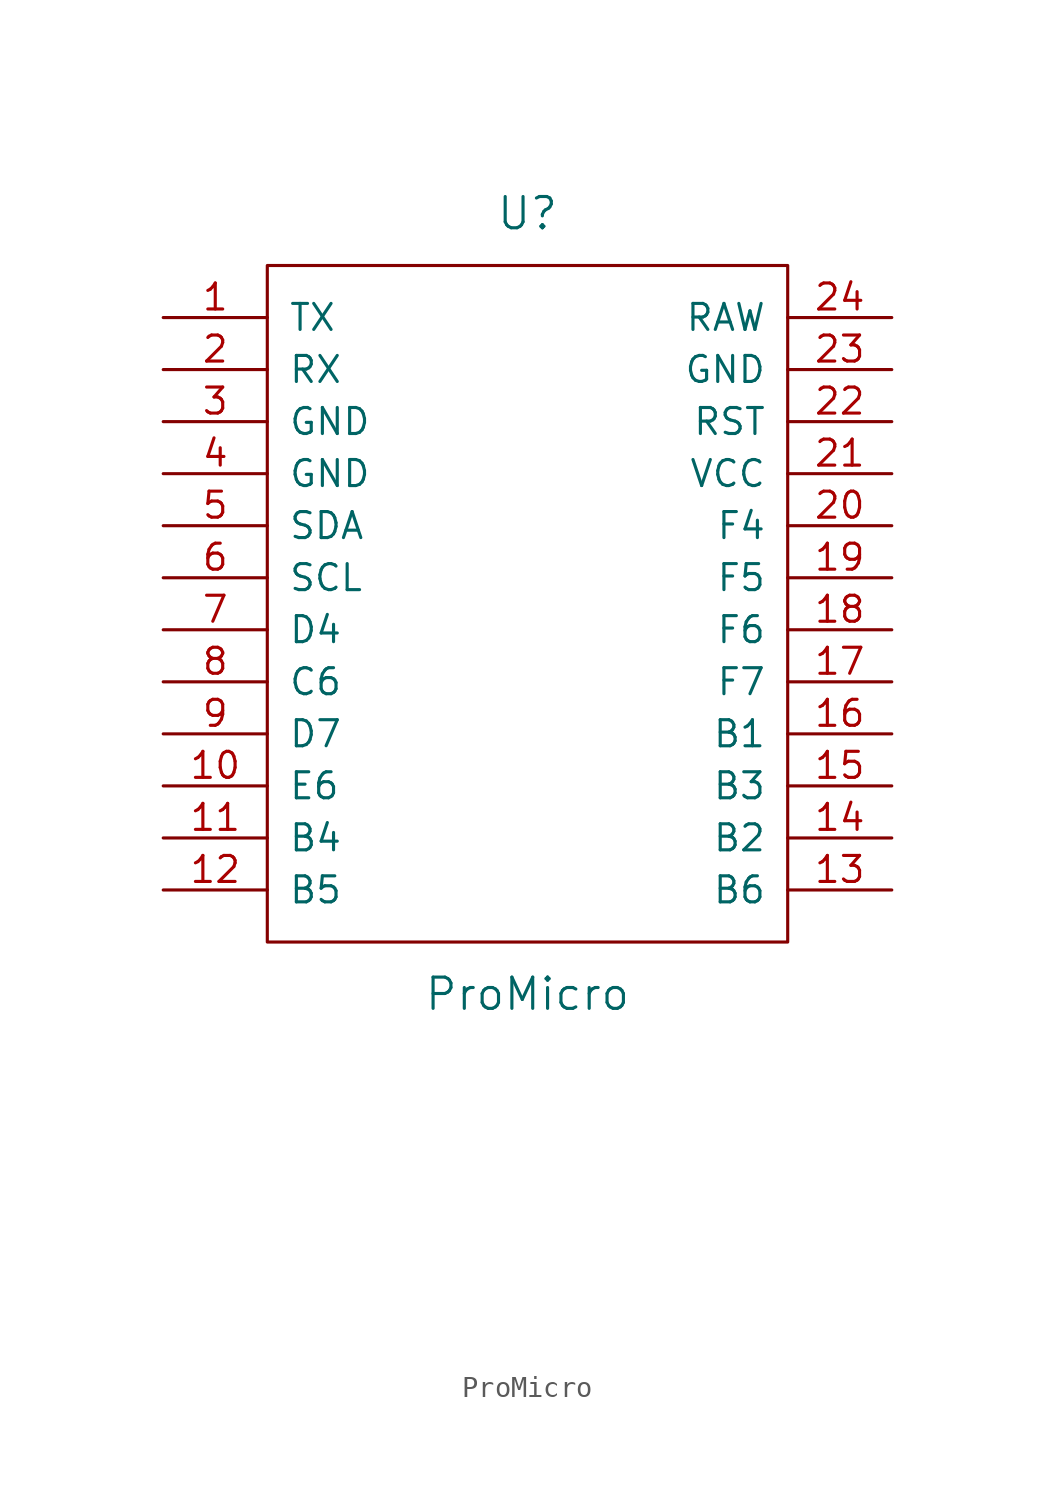
<source format=kicad_sym>
(kicad_symbol_lib
  (version 20241209)
  (generator "kicad_symbol_editor")
  (generator_version "9.0")
  (symbol "ProMicro"
    (pin_names
      (offset 1.016))
    (property "Reference" "U"
      (at 0 24.13 0)
      (effects (font (size 1.524 1.524))))
    (property "Value" "ProMicro"
      (at 0 -13.97 0)
      (effects (font (size 1.524 1.524))))
    (property "Footprint" ""
      (at 2.54 -26.67 0)
      (effects (font (size 1.524 1.524))))
    (property "Datasheet" ""
      (at 2.54 -26.67 0)
      (effects (font (size 1.524 1.524))))
    (symbol "ProMicro_0_1"
      (rectangle (start -12.7 21.59) (end 12.7 -11.43) (stroke (width 0) (type solid)) (fill (type none))))
    (symbol "ProMicro_1_1"
      (pin bidirectional line (at -17.78 19.05 0) (length 5.08) (name "TX" (effects (font (size 1.27 1.27)))) (number "1" (effects (font (size 1.27 1.27)))))
      (pin bidirectional line (at -17.78 16.51 0) (length 5.08) (name "RX" (effects (font (size 1.27 1.27)))) (number "2" (effects (font (size 1.27 1.27)))))
      (pin power_in line (at -17.78 13.97 0) (length 5.08) (name "GND" (effects (font (size 1.27 1.27)))) (number "3" (effects (font (size 1.27 1.27)))))
      (pin power_in line (at -17.78 11.43 0) (length 5.08) (name "GND" (effects (font (size 1.27 1.27)))) (number "4" (effects (font (size 1.27 1.27)))))
      (pin bidirectional line (at -17.78 8.89 0) (length 5.08) (name "SDA" (effects (font (size 1.27 1.27)))) (number "5" (effects (font (size 1.27 1.27)))))
      (pin bidirectional line (at -17.78 6.35 0) (length 5.08) (name "SCL" (effects (font (size 1.27 1.27)))) (number "6" (effects (font (size 1.27 1.27)))))
      (pin bidirectional line (at -17.78 3.81 0) (length 5.08) (name "D4" (effects (font (size 1.27 1.27)))) (number "7" (effects (font (size 1.27 1.27)))))
      (pin bidirectional line (at -17.78 1.27 0) (length 5.08) (name "C6" (effects (font (size 1.27 1.27)))) (number "8" (effects (font (size 1.27 1.27)))))
      (pin bidirectional line (at -17.78 -1.27 0) (length 5.08) (name "D7" (effects (font (size 1.27 1.27)))) (number "9" (effects (font (size 1.27 1.27)))))
      (pin bidirectional line (at -17.78 -3.81 0) (length 5.08) (name "E6" (effects (font (size 1.27 1.27)))) (number "10" (effects (font (size 1.27 1.27)))))
      (pin bidirectional line (at -17.78 -6.35 0) (length 5.08) (name "B4" (effects (font (size 1.27 1.27)))) (number "11" (effects (font (size 1.27 1.27)))))
      (pin bidirectional line (at -17.78 -8.89 0) (length 5.08) (name "B5" (effects (font (size 1.27 1.27)))) (number "12" (effects (font (size 1.27 1.27)))))
      (pin power_out line (at 17.78 19.05 180) (length 5.08) (name "RAW" (effects (font (size 1.27 1.27)))) (number "24" (effects (font (size 1.27 1.27)))))
      (pin power_in line (at 17.78 16.51 180) (length 5.08) (name "GND" (effects (font (size 1.27 1.27)))) (number "23" (effects (font (size 1.27 1.27)))))
      (pin input line (at 17.78 13.97 180) (length 5.08) (name "RST" (effects (font (size 1.27 1.27)))) (number "22" (effects (font (size 1.27 1.27)))))
      (pin power_in line (at 17.78 11.43 180) (length 5.08) (name "VCC" (effects (font (size 1.27 1.27)))) (number "21" (effects (font (size 1.27 1.27)))))
      (pin bidirectional line (at 17.78 8.89 180) (length 5.08) (name "F4" (effects (font (size 1.27 1.27)))) (number "20" (effects (font (size 1.27 1.27)))))
      (pin bidirectional line (at 17.78 6.35 180) (length 5.08) (name "F5" (effects (font (size 1.27 1.27)))) (number "19" (effects (font (size 1.27 1.27)))))
      (pin bidirectional line (at 17.78 3.81 180) (length 5.08) (name "F6" (effects (font (size 1.27 1.27)))) (number "18" (effects (font (size 1.27 1.27)))))
      (pin bidirectional line (at 17.78 1.27 180) (length 5.08) (name "F7" (effects (font (size 1.27 1.27)))) (number "17" (effects (font (size 1.27 1.27)))))
      (pin bidirectional line (at 17.78 -1.27 180) (length 5.08) (name "B1" (effects (font (size 1.27 1.27)))) (number "16" (effects (font (size 1.27 1.27)))))
      (pin bidirectional line (at 17.78 -3.81 180) (length 5.08) (name "B3" (effects (font (size 1.27 1.27)))) (number "15" (effects (font (size 1.27 1.27)))))
      (pin bidirectional line (at 17.78 -6.35 180) (length 5.08) (name "B2" (effects (font (size 1.27 1.27)))) (number "14" (effects (font (size 1.27 1.27)))))
      (pin bidirectional line (at 17.78 -8.89 180) (length 5.08) (name "B6" (effects (font (size 1.27 1.27)))) (number "13" (effects (font (size 1.27 1.27))))))))
</source>
